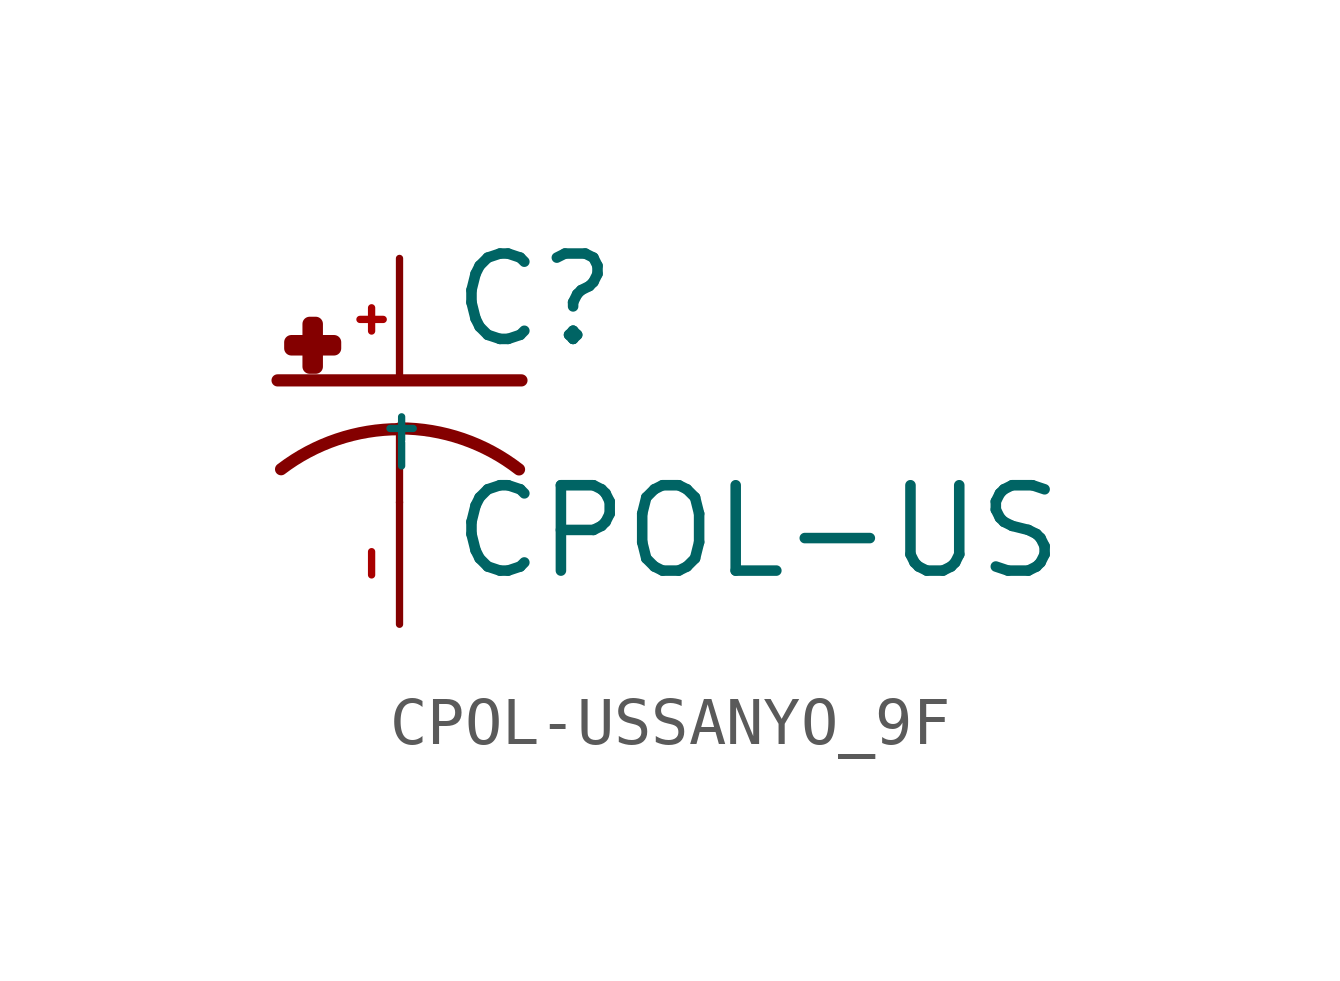
<source format=kicad_sym>
(kicad_symbol_lib
  (version 20220914)
  (generator Eagle2Kicad)
  (symbol "CPOL-USSANYO_9F"
    (property "Reference" "C"
      (at 1.016 0.635 0)
      (effects (font (size 1.778 1.778) (thickness 0.22)) (justify left bottom)))
    (property "Value" "CPOL-US"
      (at 1.016 -4.191 0)
      (effects (font (size 1.778 1.778) (thickness 0.22)) (justify left bottom)))
    (polyline
      (pts (xy -2.54 0) (xy 2.54 0))
      (stroke (width 0.254) (type default))
      (fill (type none)))
    (polyline
      (pts (xy 0 -1.016) (xy 0 -2.54))
      (stroke (width 0.152) (type default))
      (fill (type none)))
    (arc
      (start 2.4892 -1.8542)
      (mid 1.316 -1.220)
      (end 0 -1)
      (stroke (width 0.254) (type default))
      (fill (type none)))
    (arc
      (start 0 -1.0161)
      (mid -1.302 -1.230)
      (end -2.4669 -1.8504)
      (stroke (width 0.254) (type default))
      (fill (type none)))
    (rectangle
      (start -2.253 0.668)
      (end -1.364 0.795)
      (stroke (width 0.3) (type default))
      (fill (type outline)))
    (rectangle
      (start -1.872 0.287)
      (end -1.745 1.176)
      (stroke (width 0.3) (type default))
      (fill (type outline)))
    (pin passive line
      (at 0 2.54 270)
      (length 2.54)
      (name "+" (effects (font (size 0.635 0.635) (thickness 0.08)) (justify left bottom)))
      (number "+" (effects (font (size 0.635 0.635) (thickness 0.08)) (justify left bottom))))
    (pin passive line
      (at 0 -5.08 90)
      (length 2.54)
      (name "-" (effects (font (size 0.635 0.635) (thickness 0.08)) (justify left bottom)))
      (number "-" (effects (font (size 0.635 0.635) (thickness 0.08)) (justify left bottom))))))
</source>
